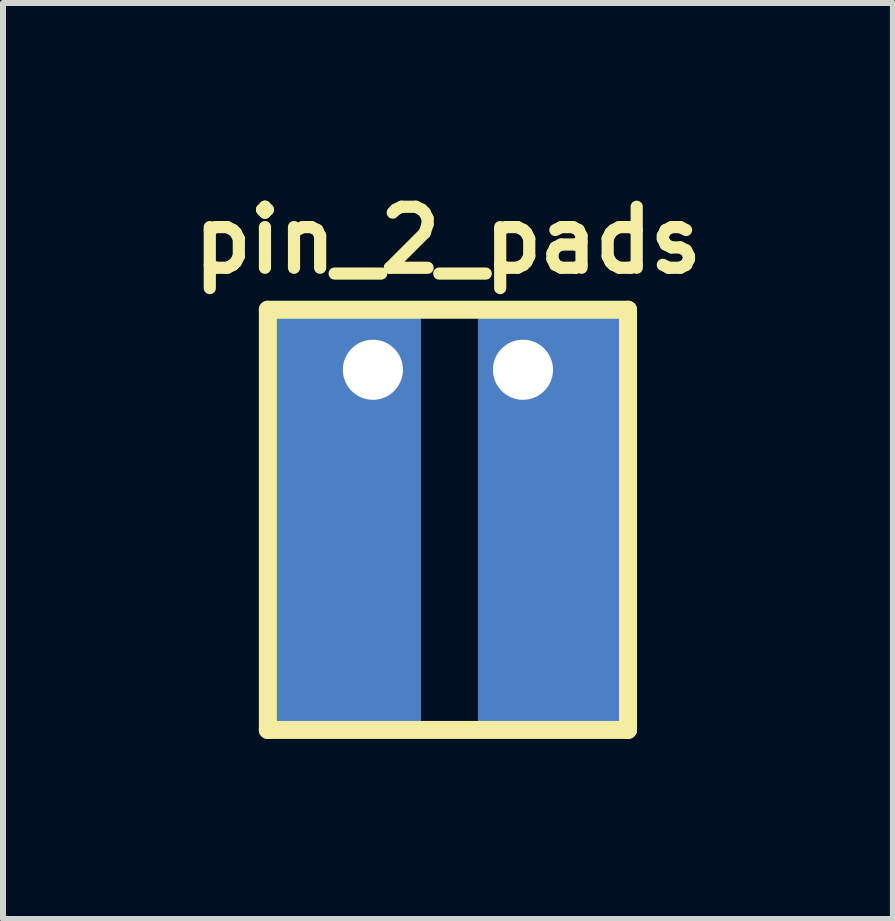
<source format=kicad_pcb>
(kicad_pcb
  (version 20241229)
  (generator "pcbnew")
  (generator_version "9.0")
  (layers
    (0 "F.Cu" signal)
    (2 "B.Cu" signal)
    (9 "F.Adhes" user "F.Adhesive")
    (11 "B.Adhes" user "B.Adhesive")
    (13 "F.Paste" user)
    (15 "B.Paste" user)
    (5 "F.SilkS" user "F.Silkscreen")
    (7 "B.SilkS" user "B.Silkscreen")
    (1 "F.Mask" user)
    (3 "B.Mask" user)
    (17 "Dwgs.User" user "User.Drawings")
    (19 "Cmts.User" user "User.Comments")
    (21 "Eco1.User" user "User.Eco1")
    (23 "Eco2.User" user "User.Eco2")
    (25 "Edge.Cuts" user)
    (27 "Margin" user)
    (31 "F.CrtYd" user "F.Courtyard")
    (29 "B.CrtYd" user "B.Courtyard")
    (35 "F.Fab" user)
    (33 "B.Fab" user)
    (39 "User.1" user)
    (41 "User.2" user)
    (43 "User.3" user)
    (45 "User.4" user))
  (footprint "pin_2_pads"
    (layer "F.Cu")
    (at 4.412 3.11)
    (property "Reference" "pin_2_pads" (at 0 -2.159 0) (layer "F.SilkS") (effects (font (size 1.016 1.016) (thickness 0.203))))
    (attr through_hole)
    (fp_line (start -3 -1) (end -3 6) (stroke (width 0.3) (type solid)) (layer "F.SilkS"))
    (fp_line (start -3 -1) (end 3 -1) (stroke (width 0.3) (type solid)) (layer "F.SilkS"))
    (fp_line (start -3 6) (end 3 6) (stroke (width 0.3) (type solid)) (layer "F.SilkS"))
    (fp_line (start 3 -1) (end 3 3) (stroke (width 0.3) (type solid)) (layer "F.SilkS"))
    (fp_line (start 3 6) (end 3 3) (stroke (width 0.3) (type solid)) (layer "F.SilkS"))
    (pad "1" thru_hole rect (at -1.25 0) (size 2.5 7.2) (drill 1.001 (offset -0.45 2.5)) (layers "*.Cu" "*.Mask"))
    (pad "2" thru_hole rect (at 1.25 0) (size 2.5 7.2) (drill oval 1.001 (offset 0.5 2.5)) (layers "*.Cu" "*.Mask")))
  (gr_rect
    (start -3 -3)
    (end 11.825 12.26)
    (stroke (width 0.1) (type default))
    (fill no)
    (layer "Edge.Cuts")))
</source>
